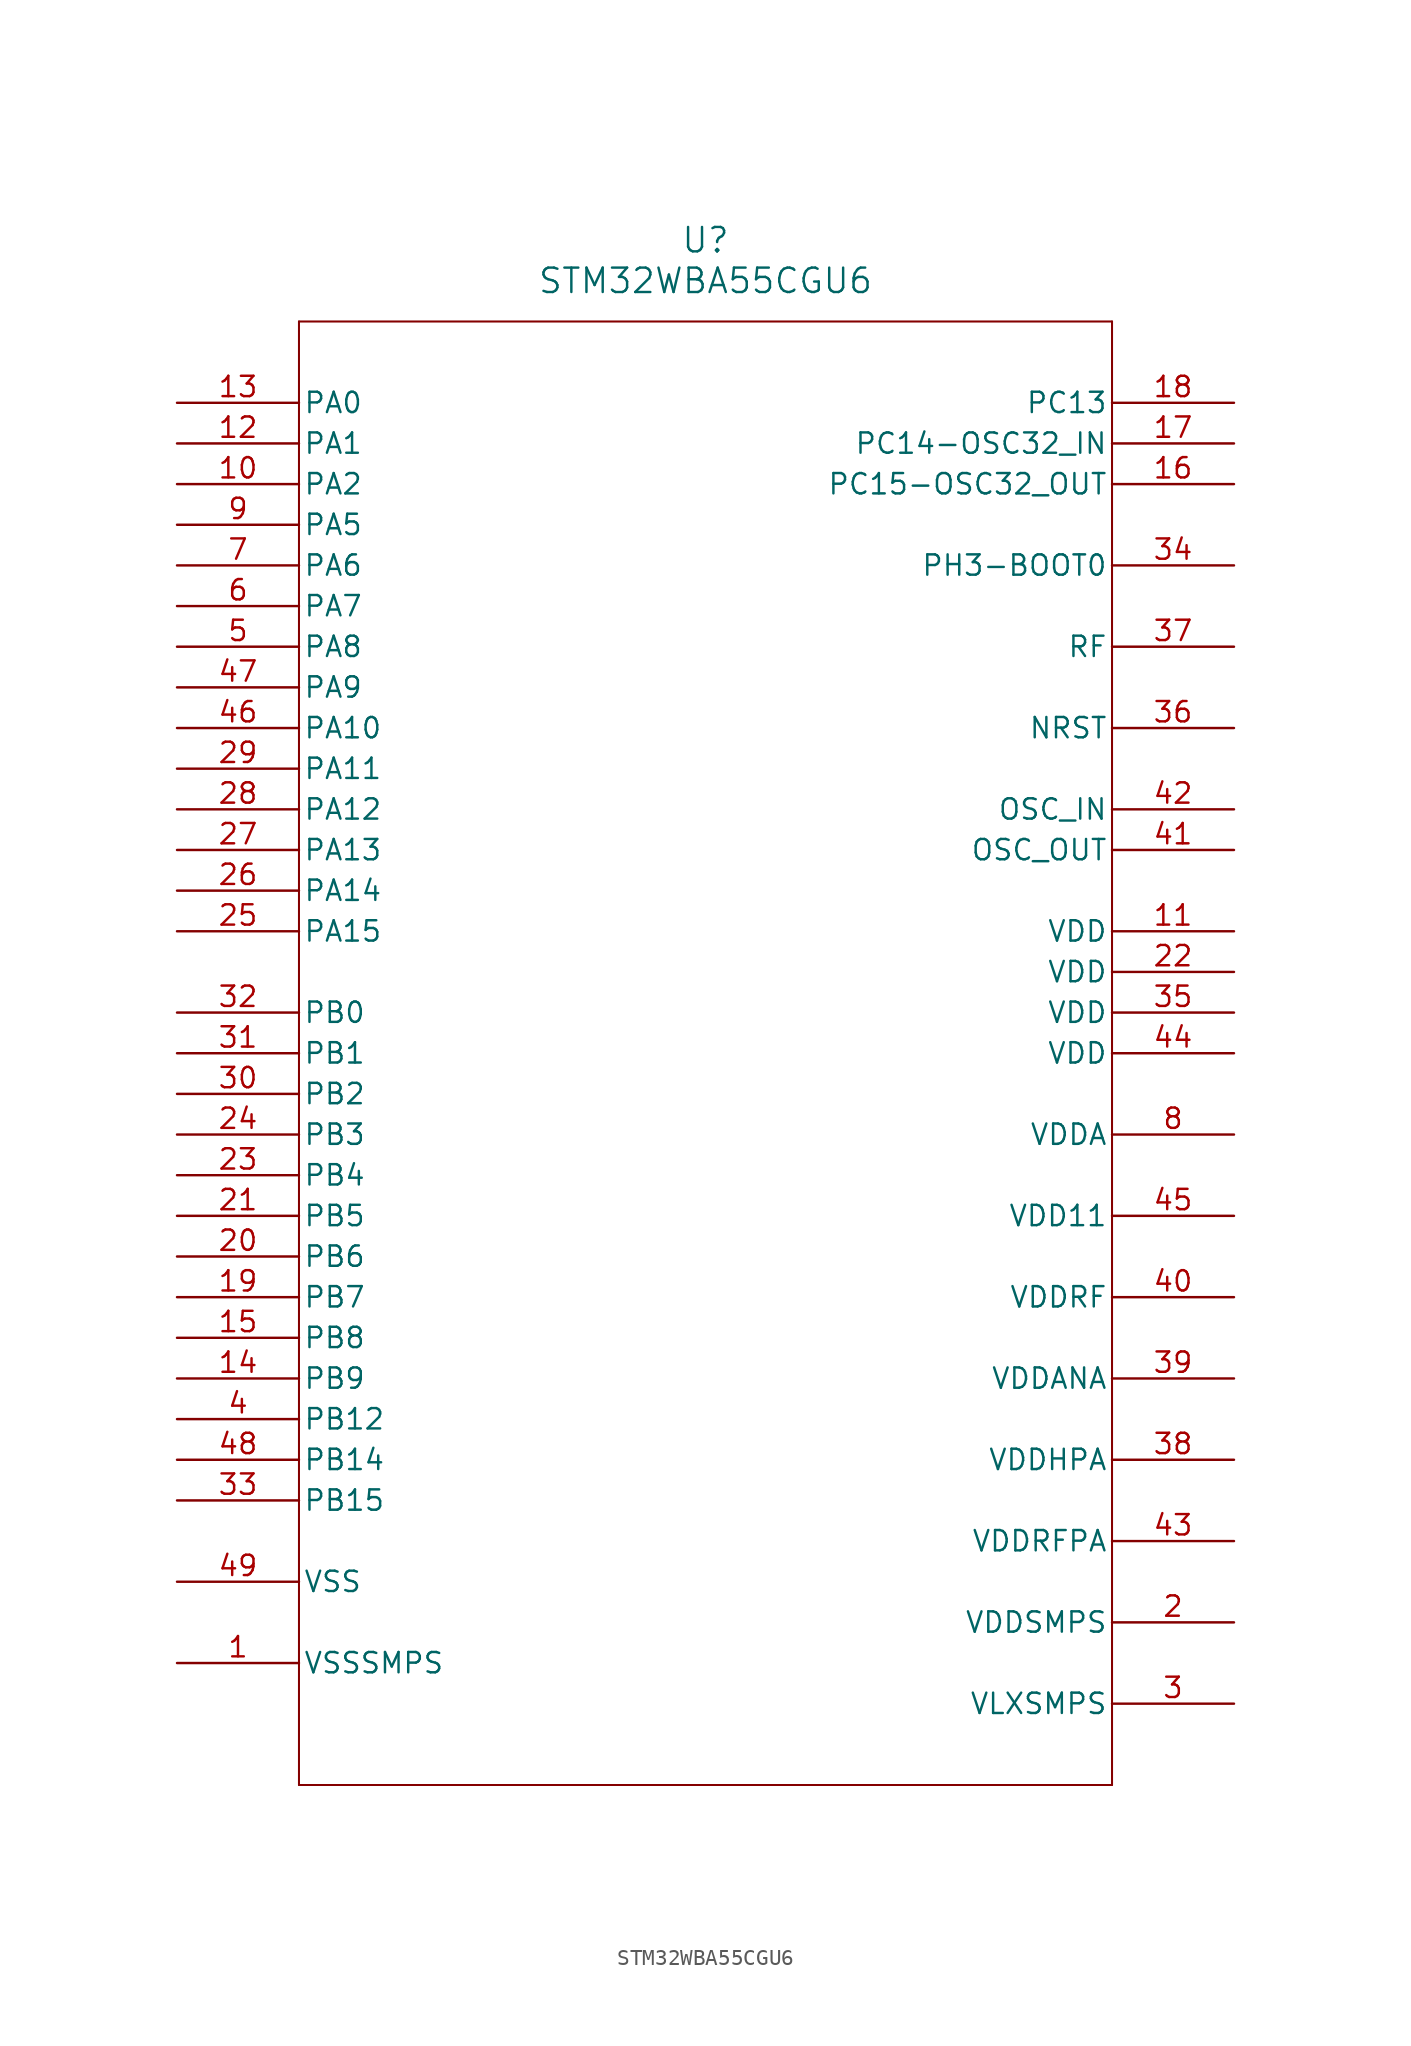
<source format=kicad_sym>
(kicad_symbol_lib
  (version 20211014)
  (generator kicad_symbol_editor)
  (symbol "STM32WBA55CGU6"
    (pin_names
      (offset 0.254))
    (property "Reference" "U"
      (at 33.02 10.16 0)
      (effects (font (size 1.524 1.524))))
    (property "Value" "STM32WBA55CGU6"
      (at 33.02 7.62 0)
      (effects (font (size 1.524 1.524))))
    (symbol "STM32WBA55CGU6_0_1"
      (polyline (pts (xy 7.62 5.08) (xy 7.62 -86.36)) (stroke (width 0.127) (type default) (color 0 0 0 0)) (fill (type none)))
      (polyline (pts (xy 7.62 -86.36) (xy 58.42 -86.36)) (stroke (width 0.127) (type default) (color 0 0 0 0)) (fill (type none)))
      (polyline (pts (xy 58.42 -86.36) (xy 58.42 5.08)) (stroke (width 0.127) (type default) (color 0 0 0 0)) (fill (type none)))
      (polyline (pts (xy 58.42 5.08) (xy 7.62 5.08)) (stroke (width 0.127) (type default) (color 0 0 0 0)) (fill (type none)))
      (pin power_in line (at 0 -78.74 0) (length 7.62) (name "VSSSMPS" (effects (font (size 1.27 1.27)))) (number "1" (effects (font (size 1.27 1.27)))))
      (pin power_in line (at 66.04 -76.2 180) (length 7.62) (name "VDDSMPS" (effects (font (size 1.27 1.27)))) (number "2" (effects (font (size 1.27 1.27)))))
      (pin power_in line (at 66.04 -81.28 180) (length 7.62) (name "VLXSMPS" (effects (font (size 1.27 1.27)))) (number "3" (effects (font (size 1.27 1.27)))))
      (pin bidirectional line (at 0 -63.5 0) (length 7.62) (name "PB12" (effects (font (size 1.27 1.27)))) (number "4" (effects (font (size 1.27 1.27)))))
      (pin bidirectional line (at 0 -15.24 0) (length 7.62) (name "PA8" (effects (font (size 1.27 1.27)))) (number "5" (effects (font (size 1.27 1.27)))))
      (pin bidirectional line (at 0 -12.7 0) (length 7.62) (name "PA7" (effects (font (size 1.27 1.27)))) (number "6" (effects (font (size 1.27 1.27)))))
      (pin bidirectional line (at 0 -10.16 0) (length 7.62) (name "PA6" (effects (font (size 1.27 1.27)))) (number "7" (effects (font (size 1.27 1.27)))))
      (pin power_in line (at 66.04 -45.72 180) (length 7.62) (name "VDDA" (effects (font (size 1.27 1.27)))) (number "8" (effects (font (size 1.27 1.27)))))
      (pin bidirectional line (at 0 -7.62 0) (length 7.62) (name "PA5" (effects (font (size 1.27 1.27)))) (number "9" (effects (font (size 1.27 1.27)))))
      (pin bidirectional line (at 0 -5.08 0) (length 7.62) (name "PA2" (effects (font (size 1.27 1.27)))) (number "10" (effects (font (size 1.27 1.27)))))
      (pin power_in line (at 66.04 -33.02 180) (length 7.62) (name "VDD" (effects (font (size 1.27 1.27)))) (number "11" (effects (font (size 1.27 1.27)))))
      (pin bidirectional line (at 0 -2.54 0) (length 7.62) (name "PA1" (effects (font (size 1.27 1.27)))) (number "12" (effects (font (size 1.27 1.27)))))
      (pin bidirectional line (at 0 0 0) (length 7.62) (name "PA0" (effects (font (size 1.27 1.27)))) (number "13" (effects (font (size 1.27 1.27)))))
      (pin bidirectional line (at 0 -60.96 0) (length 7.62) (name "PB9" (effects (font (size 1.27 1.27)))) (number "14" (effects (font (size 1.27 1.27)))))
      (pin bidirectional line (at 0 -58.42 0) (length 7.62) (name "PB8" (effects (font (size 1.27 1.27)))) (number "15" (effects (font (size 1.27 1.27)))))
      (pin bidirectional line (at 66.04 -5.08 180) (length 7.62) (name "PC15-OSC32_OUT" (effects (font (size 1.27 1.27)))) (number "16" (effects (font (size 1.27 1.27)))))
      (pin bidirectional line (at 66.04 -2.54 180) (length 7.62) (name "PC14-OSC32_IN" (effects (font (size 1.27 1.27)))) (number "17" (effects (font (size 1.27 1.27)))))
      (pin bidirectional line (at 66.04 0 180) (length 7.62) (name "PC13" (effects (font (size 1.27 1.27)))) (number "18" (effects (font (size 1.27 1.27)))))
      (pin bidirectional line (at 0 -55.88 0) (length 7.62) (name "PB7" (effects (font (size 1.27 1.27)))) (number "19" (effects (font (size 1.27 1.27)))))
      (pin bidirectional line (at 0 -53.34 0) (length 7.62) (name "PB6" (effects (font (size 1.27 1.27)))) (number "20" (effects (font (size 1.27 1.27)))))
      (pin bidirectional line (at 0 -50.8 0) (length 7.62) (name "PB5" (effects (font (size 1.27 1.27)))) (number "21" (effects (font (size 1.27 1.27)))))
      (pin power_in line (at 66.04 -35.56 180) (length 7.62) (name "VDD" (effects (font (size 1.27 1.27)))) (number "22" (effects (font (size 1.27 1.27)))))
      (pin bidirectional line (at 0 -48.26 0) (length 7.62) (name "PB4" (effects (font (size 1.27 1.27)))) (number "23" (effects (font (size 1.27 1.27)))))
      (pin bidirectional line (at 0 -45.72 0) (length 7.62) (name "PB3" (effects (font (size 1.27 1.27)))) (number "24" (effects (font (size 1.27 1.27)))))
      (pin bidirectional line (at 0 -33.02 0) (length 7.62) (name "PA15" (effects (font (size 1.27 1.27)))) (number "25" (effects (font (size 1.27 1.27)))))
      (pin bidirectional line (at 0 -30.48 0) (length 7.62) (name "PA14" (effects (font (size 1.27 1.27)))) (number "26" (effects (font (size 1.27 1.27)))))
      (pin bidirectional line (at 0 -27.94 0) (length 7.62) (name "PA13" (effects (font (size 1.27 1.27)))) (number "27" (effects (font (size 1.27 1.27)))))
      (pin bidirectional line (at 0 -25.4 0) (length 7.62) (name "PA12" (effects (font (size 1.27 1.27)))) (number "28" (effects (font (size 1.27 1.27)))))
      (pin bidirectional line (at 0 -22.86 0) (length 7.62) (name "PA11" (effects (font (size 1.27 1.27)))) (number "29" (effects (font (size 1.27 1.27)))))
      (pin bidirectional line (at 0 -43.18 0) (length 7.62) (name "PB2" (effects (font (size 1.27 1.27)))) (number "30" (effects (font (size 1.27 1.27)))))
      (pin bidirectional line (at 0 -40.64 0) (length 7.62) (name "PB1" (effects (font (size 1.27 1.27)))) (number "31" (effects (font (size 1.27 1.27)))))
      (pin bidirectional line (at 0 -38.1 0) (length 7.62) (name "PB0" (effects (font (size 1.27 1.27)))) (number "32" (effects (font (size 1.27 1.27)))))
      (pin bidirectional line (at 0 -68.58 0) (length 7.62) (name "PB15" (effects (font (size 1.27 1.27)))) (number "33" (effects (font (size 1.27 1.27)))))
      (pin bidirectional line (at 66.04 -10.16 180) (length 7.62) (name "PH3-BOOT0" (effects (font (size 1.27 1.27)))) (number "34" (effects (font (size 1.27 1.27)))))
      (pin power_in line (at 66.04 -38.1 180) (length 7.62) (name "VDD" (effects (font (size 1.27 1.27)))) (number "35" (effects (font (size 1.27 1.27)))))
      (pin bidirectional line (at 66.04 -20.32 180) (length 7.62) (name "NRST" (effects (font (size 1.27 1.27)))) (number "36" (effects (font (size 1.27 1.27)))))
      (pin bidirectional line (at 66.04 -15.24 180) (length 7.62) (name "RF" (effects (font (size 1.27 1.27)))) (number "37" (effects (font (size 1.27 1.27)))))
      (pin power_in line (at 66.04 -66.04 180) (length 7.62) (name "VDDHPA" (effects (font (size 1.27 1.27)))) (number "38" (effects (font (size 1.27 1.27)))))
      (pin power_in line (at 66.04 -60.96 180) (length 7.62) (name "VDDANA" (effects (font (size 1.27 1.27)))) (number "39" (effects (font (size 1.27 1.27)))))
      (pin power_in line (at 66.04 -55.88 180) (length 7.62) (name "VDDRF" (effects (font (size 1.27 1.27)))) (number "40" (effects (font (size 1.27 1.27)))))
      (pin output line (at 66.04 -27.94 180) (length 7.62) (name "OSC_OUT" (effects (font (size 1.27 1.27)))) (number "41" (effects (font (size 1.27 1.27)))))
      (pin input line (at 66.04 -25.4 180) (length 7.62) (name "OSC_IN" (effects (font (size 1.27 1.27)))) (number "42" (effects (font (size 1.27 1.27)))))
      (pin power_in line (at 66.04 -71.12 180) (length 7.62) (name "VDDRFPA" (effects (font (size 1.27 1.27)))) (number "43" (effects (font (size 1.27 1.27)))))
      (pin power_in line (at 66.04 -40.64 180) (length 7.62) (name "VDD" (effects (font (size 1.27 1.27)))) (number "44" (effects (font (size 1.27 1.27)))))
      (pin power_in line (at 66.04 -50.8 180) (length 7.62) (name "VDD11" (effects (font (size 1.27 1.27)))) (number "45" (effects (font (size 1.27 1.27)))))
      (pin bidirectional line (at 0 -20.32 0) (length 7.62) (name "PA10" (effects (font (size 1.27 1.27)))) (number "46" (effects (font (size 1.27 1.27)))))
      (pin bidirectional line (at 0 -17.78 0) (length 7.62) (name "PA9" (effects (font (size 1.27 1.27)))) (number "47" (effects (font (size 1.27 1.27)))))
      (pin bidirectional line (at 0 -66.04 0) (length 7.62) (name "PB14" (effects (font (size 1.27 1.27)))) (number "48" (effects (font (size 1.27 1.27)))))
      (pin power_in line (at 0 -73.66 0) (length 7.62) (name "VSS" (effects (font (size 1.27 1.27)))) (number "49" (effects (font (size 1.27 1.27))))))))
</source>
